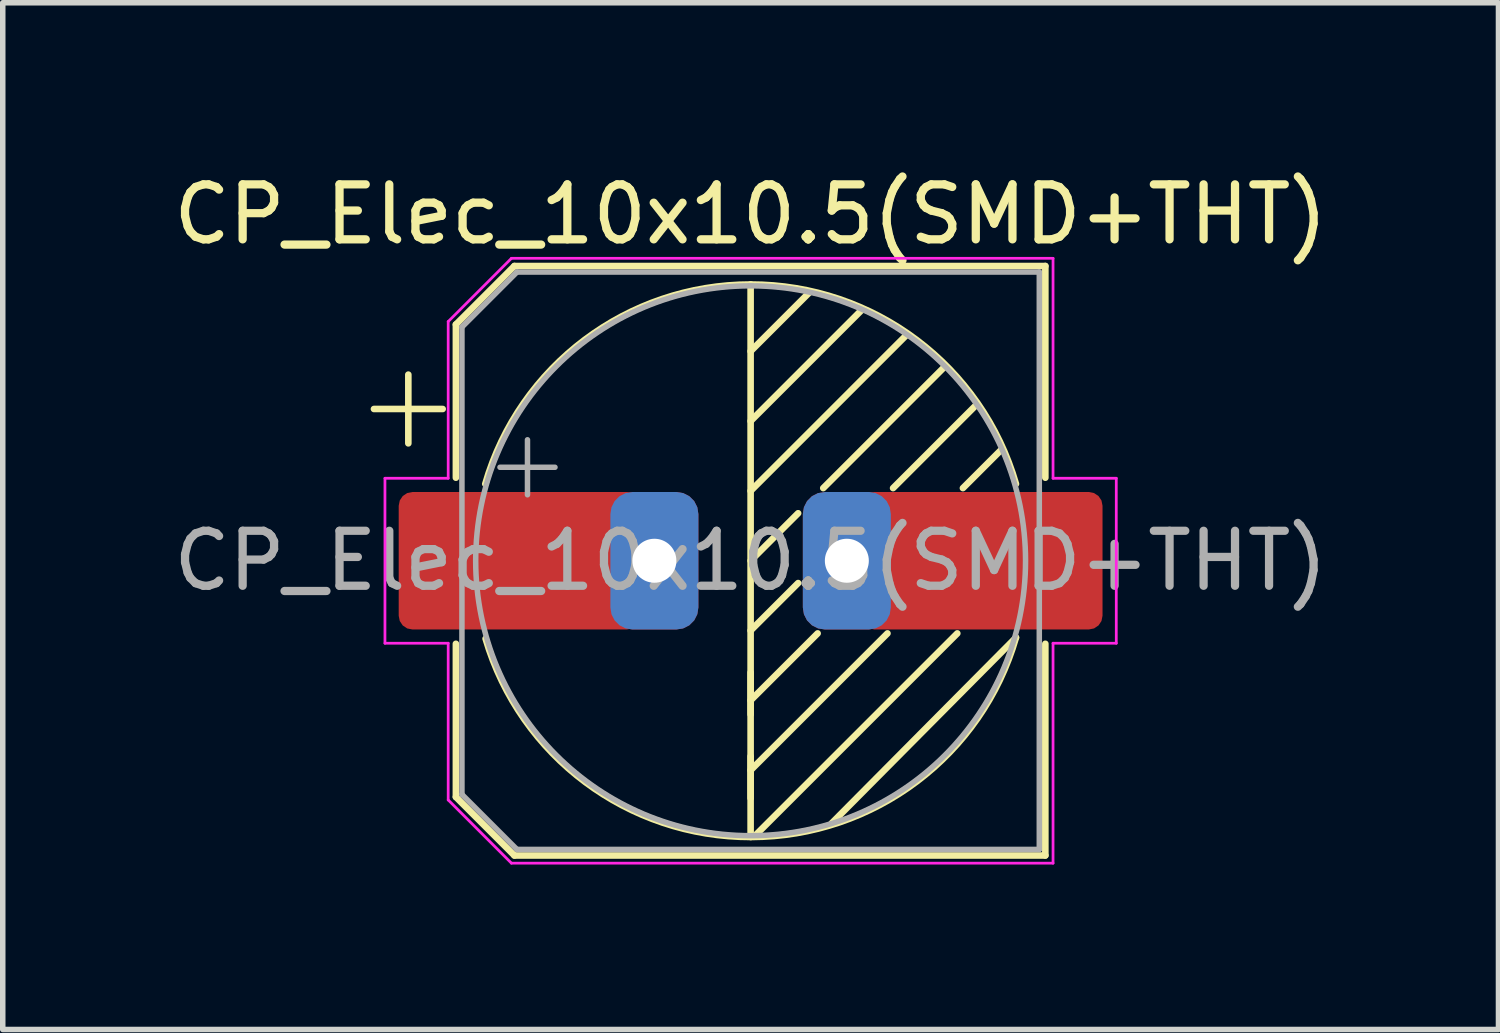
<source format=kicad_pcb>
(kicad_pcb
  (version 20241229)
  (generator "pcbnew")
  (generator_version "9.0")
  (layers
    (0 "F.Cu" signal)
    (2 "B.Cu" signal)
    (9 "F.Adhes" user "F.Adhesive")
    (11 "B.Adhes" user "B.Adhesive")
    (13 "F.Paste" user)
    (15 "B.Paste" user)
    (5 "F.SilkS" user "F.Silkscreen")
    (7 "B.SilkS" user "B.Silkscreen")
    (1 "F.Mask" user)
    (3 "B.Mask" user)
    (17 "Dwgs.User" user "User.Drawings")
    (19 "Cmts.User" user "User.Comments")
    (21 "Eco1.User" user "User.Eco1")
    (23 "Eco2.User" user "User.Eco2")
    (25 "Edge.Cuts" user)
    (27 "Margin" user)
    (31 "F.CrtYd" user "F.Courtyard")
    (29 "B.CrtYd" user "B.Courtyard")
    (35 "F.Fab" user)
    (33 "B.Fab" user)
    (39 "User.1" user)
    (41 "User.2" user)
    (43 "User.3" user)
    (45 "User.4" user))
  (footprint "CP_Elec_10x10.5(SMD+THT)"
    (layer "F.Cu")
    (at 10.601 7.148)
    (property "Reference" "CP_Elec_10x10.5(SMD+THT)" (at 0 -6.3 0) (layer "F.SilkS") (effects (font (size 1 1) (thickness 0.15))))
    (attr smd)
    (fp_line (start -6.85 -2.76) (end -5.6 -2.76) (stroke (width 0.12) (type solid)) (layer "F.SilkS"))
    (fp_line (start -6.225 -3.385) (end -6.225 -2.135) (stroke (width 0.12) (type solid)) (layer "F.SilkS"))
    (fp_line (start -5.36 -4.296) (end -5.36 -1.51) (stroke (width 0.12) (type solid)) (layer "F.SilkS"))
    (fp_line (start -5.36 -4.296) (end -4.296 -5.36) (stroke (width 0.12) (type solid)) (layer "F.SilkS"))
    (fp_line (start -5.36 4.296) (end -5.36 1.51) (stroke (width 0.12) (type solid)) (layer "F.SilkS"))
    (fp_line (start -5.36 4.296) (end -4.296 5.36) (stroke (width 0.12) (type solid)) (layer "F.SilkS"))
    (fp_line (start -4.296 -5.36) (end 5.36 -5.36) (stroke (width 0.12) (type solid)) (layer "F.SilkS"))
    (fp_line (start -4.296 5.36) (end 5.36 5.36) (stroke (width 0.12) (type solid)) (layer "F.SilkS"))
    (fp_line (start 0 -5.024) (end 0 5.024) (stroke (width 0.12) (type solid)) (layer "F.SilkS"))
    (fp_line (start 0 -3.81) (end 1.067 -4.877) (stroke (width 0.12) (type solid)) (layer "F.SilkS"))
    (fp_line (start 0 -2.54) (end 2.032 -4.572) (stroke (width 0.12) (type solid)) (layer "F.SilkS"))
    (fp_line (start 0 -1.27) (end 2.845 -4.115) (stroke (width 0.12) (type solid)) (layer "F.SilkS"))
    (fp_line (start 0 0) (end 0.864 -0.864) (stroke (width 0.12) (type solid)) (layer "F.SilkS"))
    (fp_line (start 0 1.27) (end 0.864 0.406) (stroke (width 0.12) (type solid)) (layer "F.SilkS"))
    (fp_line (start 0 2.54) (end 1.219 1.321) (stroke (width 0.12) (type solid)) (layer "F.SilkS"))
    (fp_line (start 0 2.794) (end 0 2.032) (stroke (width 0.12) (type solid)) (layer "F.SilkS"))
    (fp_line (start 0 3.81) (end 2.489 1.321) (stroke (width 0.12) (type solid)) (layer "F.SilkS"))
    (fp_line (start 0 4.318) (end 0 3.556) (stroke (width 0.12) (type solid)) (layer "F.SilkS"))
    (fp_line (start 0.102 4.978) (end 3.759 1.321) (stroke (width 0.12) (type solid)) (layer "F.SilkS"))
    (fp_line (start 1.321 -1.321) (end 3.505 -3.505) (stroke (width 0.12) (type solid)) (layer "F.SilkS"))
    (fp_line (start 1.473 4.775) (end 4.826 1.397) (stroke (width 0.12) (type solid)) (layer "F.SilkS"))
    (fp_line (start 2.591 -1.321) (end 4.115 -2.845) (stroke (width 0.12) (type solid)) (layer "F.SilkS"))
    (fp_line (start 3.861 -1.321) (end 4.572 -2.032) (stroke (width 0.12) (type solid)) (layer "F.SilkS"))
    (fp_line (start 5.36 -5.36) (end 5.36 -1.51) (stroke (width 0.12) (type solid)) (layer "F.SilkS"))
    (fp_line (start 5.36 5.36) (end 5.36 1.51) (stroke (width 0.12) (type solid)) (layer "F.SilkS"))
    (fp_arc (start -4.826 -1.397) (mid 0 -5.02413) (end 4.826 -1.397) (stroke (width 0.12) (type solid)) (layer "F.SilkS"))
    (fp_arc (start 4.826 1.397) (mid 0.01075 5.024119) (end -4.819977 1.41764) (stroke (width 0.12) (type solid)) (layer "F.SilkS"))
    (fp_line (start -6.65 -1.5) (end -6.65 1.5) (stroke (width 0.05) (type solid)) (layer "F.CrtYd"))
    (fp_line (start -6.65 1.5) (end -5.5 1.5) (stroke (width 0.05) (type solid)) (layer "F.CrtYd"))
    (fp_line (start -5.5 -4.35) (end -5.5 -1.5) (stroke (width 0.05) (type solid)) (layer "F.CrtYd"))
    (fp_line (start -5.5 -4.35) (end -4.35 -5.5) (stroke (width 0.05) (type solid)) (layer "F.CrtYd"))
    (fp_line (start -5.5 -1.5) (end -6.65 -1.5) (stroke (width 0.05) (type solid)) (layer "F.CrtYd"))
    (fp_line (start -5.5 1.5) (end -5.5 4.35) (stroke (width 0.05) (type solid)) (layer "F.CrtYd"))
    (fp_line (start -5.5 4.35) (end -4.35 5.5) (stroke (width 0.05) (type solid)) (layer "F.CrtYd"))
    (fp_line (start -4.35 -5.5) (end 5.5 -5.5) (stroke (width 0.05) (type solid)) (layer "F.CrtYd"))
    (fp_line (start -4.35 5.5) (end 5.5 5.5) (stroke (width 0.05) (type solid)) (layer "F.CrtYd"))
    (fp_line (start 5.5 -5.5) (end 5.5 -1.5) (stroke (width 0.05) (type solid)) (layer "F.CrtYd"))
    (fp_line (start 5.5 -1.5) (end 6.65 -1.5) (stroke (width 0.05) (type solid)) (layer "F.CrtYd"))
    (fp_line (start 5.5 1.5) (end 5.5 5.5) (stroke (width 0.05) (type solid)) (layer "F.CrtYd"))
    (fp_line (start 6.65 -1.5) (end 6.65 1.5) (stroke (width 0.05) (type solid)) (layer "F.CrtYd"))
    (fp_line (start 6.65 1.5) (end 5.5 1.5) (stroke (width 0.05) (type solid)) (layer "F.CrtYd"))
    (fp_line (start -5.25 -4.25) (end -5.25 4.25) (stroke (width 0.1) (type solid)) (layer "F.Fab"))
    (fp_line (start -5.25 -4.25) (end -4.25 -5.25) (stroke (width 0.1) (type solid)) (layer "F.Fab"))
    (fp_line (start -5.25 4.25) (end -4.25 5.25) (stroke (width 0.1) (type solid)) (layer "F.Fab"))
    (fp_line (start -4.558 -1.7) (end -3.558 -1.7) (stroke (width 0.1) (type solid)) (layer "F.Fab"))
    (fp_line (start -4.25 -5.25) (end 5.25 -5.25) (stroke (width 0.1) (type solid)) (layer "F.Fab"))
    (fp_line (start -4.25 5.25) (end 5.25 5.25) (stroke (width 0.1) (type solid)) (layer "F.Fab"))
    (fp_line (start -4.058 -2.2) (end -4.058 -1.2) (stroke (width 0.1) (type solid)) (layer "F.Fab"))
    (fp_line (start 5.25 -5.25) (end 5.25 5.25) (stroke (width 0.1) (type solid)) (layer "F.Fab"))
    (fp_circle (center 0 0) (end 5 0) (stroke (width 0.1) (type solid)) (fill no) (layer "F.Fab"))
    (fp_text user "${REFERENCE}" (at 0 0 0) (layer "F.Fab") (effects (font (size 1 1) (thickness 0.15))))
    (pad "1" smd roundrect (at -4.2 0) (size 4.4 2.5) (layers "F.Cu" "F.Mask" "F.Paste") (roundrect_rratio 0.1))
    (pad "1" thru_hole roundrect (at -1.75 0) (size 1.6 2.5) (drill 0.8) (layers "*.Cu" "*.Mask") (roundrect_rratio 0.25))
    (pad "2" thru_hole roundrect (at 1.75 0) (size 1.6 2.5) (drill 0.8) (layers "*.Cu" "*.Mask") (roundrect_rratio 0.25))
    (pad "2" smd roundrect (at 4.2 0) (size 4.4 2.5) (layers "F.Cu" "F.Mask" "F.Paste") (roundrect_rratio 0.1)))
  (gr_rect
    (start -3 -3)
    (end 24.202 15.673)
    (stroke (width 0.1) (type default))
    (fill no)
    (layer "Edge.Cuts")))
</source>
